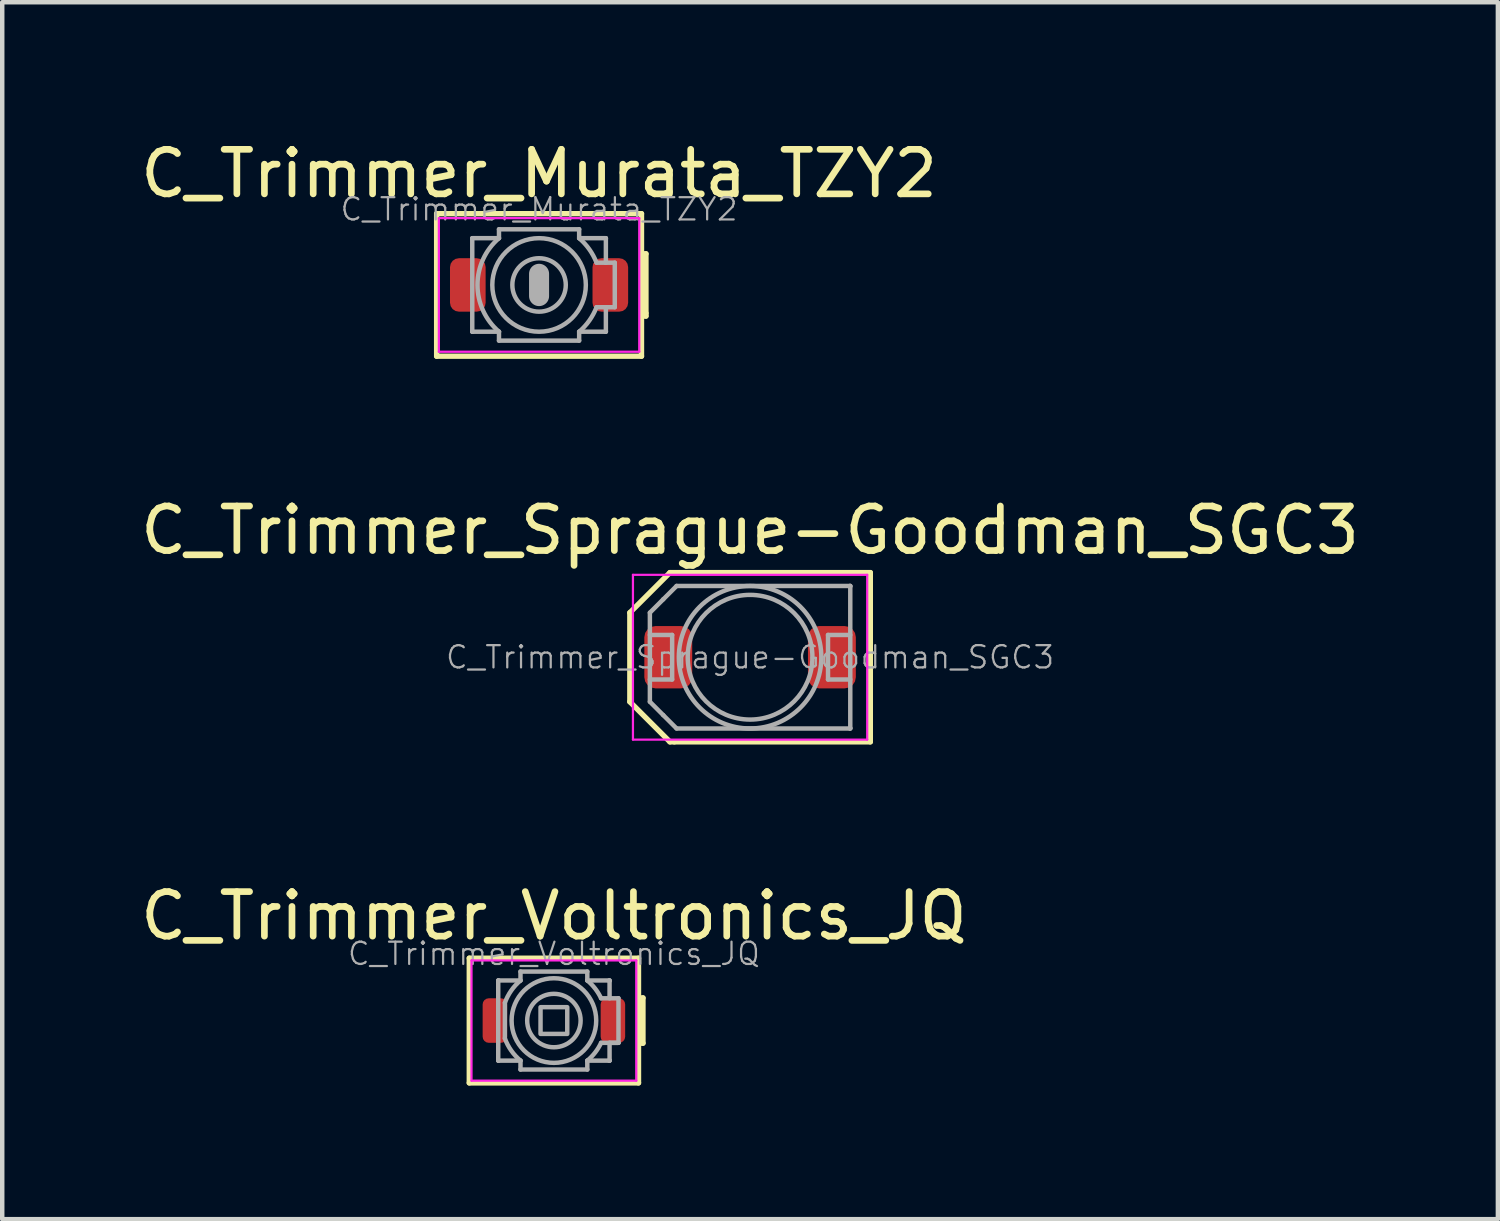
<source format=kicad_pcb>
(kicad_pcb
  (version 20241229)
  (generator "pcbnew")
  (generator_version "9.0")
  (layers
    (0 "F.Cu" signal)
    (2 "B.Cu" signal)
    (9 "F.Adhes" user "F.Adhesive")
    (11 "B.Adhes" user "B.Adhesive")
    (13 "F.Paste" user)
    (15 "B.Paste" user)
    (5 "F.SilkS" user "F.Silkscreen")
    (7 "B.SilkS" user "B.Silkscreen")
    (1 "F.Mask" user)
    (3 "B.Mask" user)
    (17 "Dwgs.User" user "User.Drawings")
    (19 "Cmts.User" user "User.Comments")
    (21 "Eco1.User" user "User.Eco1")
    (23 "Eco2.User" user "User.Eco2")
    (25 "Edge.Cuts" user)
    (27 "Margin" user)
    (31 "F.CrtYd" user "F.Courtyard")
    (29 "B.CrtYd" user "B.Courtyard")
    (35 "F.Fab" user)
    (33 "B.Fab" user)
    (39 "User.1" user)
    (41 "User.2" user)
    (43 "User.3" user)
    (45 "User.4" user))
  (footprint "C_Trimmer_Sprague-Goodman_SGC3"
    (layer "F.Cu")
    (at 13.792 11.707)
    (property "Reference" "C_Trimmer_Sprague-Goodman_SGC3" (at 0 -2.85 0) (layer "F.SilkS") (effects (font (size 1 1) (thickness 0.15))))
    (attr smd)
    (fp_line (start -2.7 -1) (end -1.8 -1.9) (stroke (width 0.12) (type solid)) (layer "F.SilkS"))
    (fp_line (start -2.7 1) (end -2.7 -1) (stroke (width 0.12) (type solid)) (layer "F.SilkS"))
    (fp_line (start -1.8 -1.9) (end 2.7 -1.9) (stroke (width 0.12) (type solid)) (layer "F.SilkS"))
    (fp_line (start -1.8 1.9) (end -2.7 1) (stroke (width 0.12) (type solid)) (layer "F.SilkS"))
    (fp_line (start -1.7 1.9) (end -1.8 1.9) (stroke (width 0.12) (type solid)) (layer "F.SilkS"))
    (fp_line (start 2.7 -1.9) (end 2.7 1.9) (stroke (width 0.12) (type solid)) (layer "F.SilkS"))
    (fp_line (start 2.7 1.9) (end -1.7 1.9) (stroke (width 0.12) (type solid)) (layer "F.SilkS"))
    (fp_line (start -2.63 -1.85) (end -2.63 1.85) (stroke (width 0.05) (type solid)) (layer "F.CrtYd"))
    (fp_line (start -2.63 1.85) (end 2.63 1.85) (stroke (width 0.05) (type solid)) (layer "F.CrtYd"))
    (fp_line (start 2.63 -1.85) (end -2.63 -1.85) (stroke (width 0.05) (type solid)) (layer "F.CrtYd"))
    (fp_line (start 2.63 1.85) (end 2.63 -1.85) (stroke (width 0.05) (type solid)) (layer "F.CrtYd"))
    (fp_line (start -2.25 -1) (end -1.95 -1.3) (stroke (width 0.1) (type solid)) (layer "F.Fab"))
    (fp_line (start -2.25 -0.5) (end -1.75 -0.5) (stroke (width 0.1) (type solid)) (layer "F.Fab"))
    (fp_line (start -2.25 1) (end -2.25 -1) (stroke (width 0.1) (type solid)) (layer "F.Fab"))
    (fp_line (start -1.95 -1.3) (end -1.65 -1.6) (stroke (width 0.1) (type solid)) (layer "F.Fab"))
    (fp_line (start -1.95 1.3) (end -2.25 1) (stroke (width 0.1) (type solid)) (layer "F.Fab"))
    (fp_line (start -1.75 -0.5) (end -1.75 0.5) (stroke (width 0.1) (type solid)) (layer "F.Fab"))
    (fp_line (start -1.75 0.5) (end -2.25 0.5) (stroke (width 0.1) (type solid)) (layer "F.Fab"))
    (fp_line (start -1.65 -1.6) (end 2.24 -1.6) (stroke (width 0.1) (type solid)) (layer "F.Fab"))
    (fp_line (start -1.65 1.6) (end -1.95 1.3) (stroke (width 0.1) (type solid)) (layer "F.Fab"))
    (fp_line (start 1.75 -0.5) (end 1.75 0.5) (stroke (width 0.1) (type solid)) (layer "F.Fab"))
    (fp_line (start 1.75 0.5) (end 2.25 0.5) (stroke (width 0.1) (type solid)) (layer "F.Fab"))
    (fp_line (start 2.24 -1.6) (end 2.25 -1.6) (stroke (width 0.1) (type solid)) (layer "F.Fab"))
    (fp_line (start 2.24 1.6) (end -1.65 1.6) (stroke (width 0.1) (type solid)) (layer "F.Fab"))
    (fp_line (start 2.25 -1.6) (end 2.25 -1.59) (stroke (width 0.1) (type solid)) (layer "F.Fab"))
    (fp_line (start 2.25 -1.59) (end 2.25 1.59) (stroke (width 0.1) (type solid)) (layer "F.Fab"))
    (fp_line (start 2.25 -0.5) (end 1.75 -0.5) (stroke (width 0.1) (type solid)) (layer "F.Fab"))
    (fp_line (start 2.25 1.59) (end 2.25 1.6) (stroke (width 0.1) (type solid)) (layer "F.Fab"))
    (fp_line (start 2.25 1.6) (end 2.24 1.6) (stroke (width 0.1) (type solid)) (layer "F.Fab"))
    (fp_circle (center 0 0) (end 1.4 0) (stroke (width 0.1) (type solid)) (fill no) (layer "F.Fab"))
    (fp_circle (center 0 0) (end 1.6 0) (stroke (width 0.1) (type solid)) (fill no) (layer "F.Fab"))
    (fp_text user "${REFERENCE}" (at 0 0 0) (layer "F.Fab") (effects (font (size 0.5 0.5) (thickness 0.05))))
    (pad "1" smd roundrect (at -1.837 0) (size 1.075 1.4) (layers "F.Cu" "F.Mask" "F.Paste") (roundrect_rratio 0.233))
    (pad "2" smd roundrect (at 1.837 0) (size 1.075 1.4) (layers "F.Cu" "F.Mask" "F.Paste") (roundrect_rratio 0.233)))
  (footprint "C_Trimmer_Murata_TZY2"
    (layer "F.Cu")
    (at 9.054 3.348)
    (property "Reference" "C_Trimmer_Murata_TZY2" (at 0 -2.5 0) (layer "F.SilkS") (effects (font (size 1 1) (thickness 0.15))))
    (attr smd)
    (fp_line (start -2.3 -1.6) (end -2.3 1.6) (stroke (width 0.12) (type solid)) (layer "F.SilkS"))
    (fp_line (start -2.3 1.6) (end 2.3 1.6) (stroke (width 0.12) (type solid)) (layer "F.SilkS"))
    (fp_line (start 2.3 -1.6) (end -2.3 -1.6) (stroke (width 0.12) (type solid)) (layer "F.SilkS"))
    (fp_line (start 2.3 1.6) (end 2.3 -1.6) (stroke (width 0.12) (type solid)) (layer "F.SilkS"))
    (fp_line (start 2.337 -0.699) (end 2.4 -0.699) (stroke (width 0.12) (type solid)) (layer "F.SilkS"))
    (fp_line (start 2.4 -0.699) (end 2.4 0.635) (stroke (width 0.12) (type solid)) (layer "F.SilkS"))
    (fp_line (start 2.4 0.635) (end 2.4 0.699) (stroke (width 0.12) (type solid)) (layer "F.SilkS"))
    (fp_line (start 2.4 0.699) (end 2.337 0.699) (stroke (width 0.12) (type solid)) (layer "F.SilkS"))
    (fp_line (start -2.25 -1.5) (end -2.25 1.5) (stroke (width 0.05) (type solid)) (layer "F.CrtYd"))
    (fp_line (start -2.25 1.5) (end 2.25 1.5) (stroke (width 0.05) (type solid)) (layer "F.CrtYd"))
    (fp_line (start 2.25 -1.5) (end -2.25 -1.5) (stroke (width 0.05) (type solid)) (layer "F.CrtYd"))
    (fp_line (start 2.25 1.5) (end 2.25 -1.5) (stroke (width 0.05) (type solid)) (layer "F.CrtYd"))
    (fp_line (start -1.5 -1.05) (end -1.49 -1.05) (stroke (width 0.1) (type solid)) (layer "F.Fab"))
    (fp_line (start -1.5 -1.04) (end -1.5 -1.05) (stroke (width 0.1) (type solid)) (layer "F.Fab"))
    (fp_line (start -1.5 1.04) (end -1.5 -1.04) (stroke (width 0.1) (type solid)) (layer "F.Fab"))
    (fp_line (start -1.5 1.05) (end -1.5 1.04) (stroke (width 0.1) (type solid)) (layer "F.Fab"))
    (fp_line (start -1.49 1.05) (end -1.5 1.05) (stroke (width 0.1) (type solid)) (layer "F.Fab"))
    (fp_line (start -1.49 1.05) (end -0.9 1.05) (stroke (width 0.1) (type solid)) (layer "F.Fab"))
    (fp_line (start -0.9 -1.25) (end 0.9 -1.25) (stroke (width 0.1) (type solid)) (layer "F.Fab"))
    (fp_line (start -0.9 -1.05) (end -1.49 -1.05) (stroke (width 0.1) (type solid)) (layer "F.Fab"))
    (fp_line (start -0.9 -1.05) (end -0.9 -1.25) (stroke (width 0.1) (type solid)) (layer "F.Fab"))
    (fp_line (start -0.9 1.05) (end -0.9 1.25) (stroke (width 0.1) (type solid)) (layer "F.Fab"))
    (fp_line (start -0.9 1.25) (end 0.9 1.25) (stroke (width 0.1) (type solid)) (layer "F.Fab"))
    (fp_line (start 0 -0.25) (end 0 0.25) (stroke (width 0.45) (type solid)) (layer "F.Fab"))
    (fp_line (start 0.9 -1.25) (end 0.9 -1.05) (stroke (width 0.1) (type solid)) (layer "F.Fab"))
    (fp_line (start 0.9 1.05) (end 1.49 1.05) (stroke (width 0.1) (type solid)) (layer "F.Fab"))
    (fp_line (start 0.9 1.25) (end 0.9 1.05) (stroke (width 0.1) (type solid)) (layer "F.Fab"))
    (fp_line (start 1.49 -1.05) (end 0.9 -1.05) (stroke (width 0.1) (type solid)) (layer "F.Fab"))
    (fp_line (start 1.49 -1.05) (end 1.5 -1.05) (stroke (width 0.1) (type solid)) (layer "F.Fab"))
    (fp_line (start 1.5 -1.05) (end 1.5 -1.04) (stroke (width 0.1) (type solid)) (layer "F.Fab"))
    (fp_line (start 1.5 -1.04) (end 1.5 -0.5) (stroke (width 0.1) (type solid)) (layer "F.Fab"))
    (fp_line (start 1.5 -0.5) (end 1.29 -0.5) (stroke (width 0.1) (type solid)) (layer "F.Fab"))
    (fp_line (start 1.5 -0.5) (end 1.7 -0.5) (stroke (width 0.1) (type solid)) (layer "F.Fab"))
    (fp_line (start 1.5 0.5) (end 1.29 0.5) (stroke (width 0.1) (type solid)) (layer "F.Fab"))
    (fp_line (start 1.5 0.5) (end 1.5 1.04) (stroke (width 0.1) (type solid)) (layer "F.Fab"))
    (fp_line (start 1.5 1.04) (end 1.5 1.05) (stroke (width 0.1) (type solid)) (layer "F.Fab"))
    (fp_line (start 1.5 1.05) (end 1.49 1.05) (stroke (width 0.1) (type solid)) (layer "F.Fab"))
    (fp_line (start 1.7 -0.5) (end 1.7 0.5) (stroke (width 0.1) (type solid)) (layer "F.Fab"))
    (fp_line (start 1.7 0.5) (end 1.5 0.5) (stroke (width 0.1) (type solid)) (layer "F.Fab"))
    (fp_arc (start -0.9 1.049999) (mid -1.382931 0) (end -0.9 -1.049999) (stroke (width 0.1) (type solid)) (layer "F.Fab"))
    (fp_arc (start 0.9 -1.049999) (mid 1.128908 -0.799044) (end 1.29 -0.5) (stroke (width 0.1) (type solid)) (layer "F.Fab"))
    (fp_arc (start 1.29 0.5) (mid 1.12924 0.799323) (end 0.900376 1.050439) (stroke (width 0.1) (type solid)) (layer "F.Fab"))
    (fp_circle (center 0 0) (end 0.6 0) (stroke (width 0.1) (type solid)) (fill no) (layer "F.Fab"))
    (fp_circle (center 0 0) (end 1.05 0) (stroke (width 0.1) (type solid)) (fill no) (layer "F.Fab"))
    (fp_text user "${REFERENCE}" (at 0 -1.7 0) (layer "F.Fab") (effects (font (size 0.5 0.5) (thickness 0.05))))
    (pad "1" smd roundrect (at -1.6 0) (size 0.8 1.2) (layers "F.Cu" "F.Mask" "F.Paste") (roundrect_rratio 0.25))
    (pad "2" smd roundrect (at 1.6 0) (size 0.8 1.2) (layers "F.Cu" "F.Mask" "F.Paste") (roundrect_rratio 0.25)))
  (footprint "C_Trimmer_Voltronics_JQ"
    (layer "F.Cu")
    (at 9.387 19.865)
    (property "Reference" "C_Trimmer_Voltronics_JQ" (at 0 -2.35 0) (layer "F.SilkS") (effects (font (size 1 1) (thickness 0.15))))
    (attr smd)
    (fp_line (start -1.9 -1.4) (end -1.9 1.4) (stroke (width 0.12) (type solid)) (layer "F.SilkS"))
    (fp_line (start -1.9 1.4) (end 1.9 1.4) (stroke (width 0.12) (type solid)) (layer "F.SilkS"))
    (fp_line (start 1.9 -1.4) (end -1.9 -1.4) (stroke (width 0.12) (type solid)) (layer "F.SilkS"))
    (fp_line (start 1.9 1.4) (end 1.9 -1.4) (stroke (width 0.12) (type solid)) (layer "F.SilkS"))
    (fp_line (start 1.937 -0.508) (end 2 -0.508) (stroke (width 0.12) (type solid)) (layer "F.SilkS"))
    (fp_line (start 2 -0.508) (end 2 0.508) (stroke (width 0.12) (type solid)) (layer "F.SilkS"))
    (fp_line (start 2 0.508) (end 1.937 0.508) (stroke (width 0.12) (type solid)) (layer "F.SilkS"))
    (fp_line (start -1.85 -1.35) (end -1.85 1.35) (stroke (width 0.05) (type solid)) (layer "F.CrtYd"))
    (fp_line (start -1.85 1.35) (end 1.85 1.35) (stroke (width 0.05) (type solid)) (layer "F.CrtYd"))
    (fp_line (start 1.85 -1.35) (end -1.85 -1.35) (stroke (width 0.05) (type solid)) (layer "F.CrtYd"))
    (fp_line (start 1.85 1.35) (end 1.85 -1.35) (stroke (width 0.05) (type solid)) (layer "F.CrtYd"))
    (fp_line (start -1.25 -0.9) (end -1.24 -0.9) (stroke (width 0.1) (type solid)) (layer "F.Fab"))
    (fp_line (start -1.25 -0.89) (end -1.25 -0.9) (stroke (width 0.1) (type solid)) (layer "F.Fab"))
    (fp_line (start -1.25 0.89) (end -1.25 -0.89) (stroke (width 0.1) (type solid)) (layer "F.Fab"))
    (fp_line (start -1.25 0.9) (end -1.25 0.89) (stroke (width 0.1) (type solid)) (layer "F.Fab"))
    (fp_line (start -1.24 -0.9) (end -0.75 -0.9) (stroke (width 0.1) (type solid)) (layer "F.Fab"))
    (fp_line (start -1.24 0.9) (end -1.25 0.9) (stroke (width 0.1) (type solid)) (layer "F.Fab"))
    (fp_line (start -1.24 0.9) (end -0.75 0.9) (stroke (width 0.1) (type solid)) (layer "F.Fab"))
    (fp_line (start -1.101 0.4) (end -1.1 -0.4) (stroke (width 0.1) (type solid)) (layer "F.Fab"))
    (fp_line (start -0.75 -1.1) (end 0.75 -1.1) (stroke (width 0.1) (type solid)) (layer "F.Fab"))
    (fp_line (start -0.75 -0.9) (end -0.75 -1.1) (stroke (width 0.1) (type solid)) (layer "F.Fab"))
    (fp_line (start -0.75 0.9) (end -0.75 1.1) (stroke (width 0.1) (type solid)) (layer "F.Fab"))
    (fp_line (start -0.75 1.1) (end 0.75 1.1) (stroke (width 0.1) (type solid)) (layer "F.Fab"))
    (fp_line (start 0.75 -1.1) (end 0.75 -0.9) (stroke (width 0.1) (type solid)) (layer "F.Fab"))
    (fp_line (start 0.75 0.9) (end 1.24 0.9) (stroke (width 0.1) (type solid)) (layer "F.Fab"))
    (fp_line (start 0.75 1.1) (end 0.75 0.9) (stroke (width 0.1) (type solid)) (layer "F.Fab"))
    (fp_line (start 1.06 -0.5) (end 1.45 -0.5) (stroke (width 0.1) (type solid)) (layer "F.Fab"))
    (fp_line (start 1.06 0.5) (end 1.45 0.5) (stroke (width 0.1) (type solid)) (layer "F.Fab"))
    (fp_line (start 1.24 -0.9) (end 0.75 -0.9) (stroke (width 0.1) (type solid)) (layer "F.Fab"))
    (fp_line (start 1.24 -0.9) (end 1.25 -0.9) (stroke (width 0.1) (type solid)) (layer "F.Fab"))
    (fp_line (start 1.25 -0.9) (end 1.25 -0.89) (stroke (width 0.1) (type solid)) (layer "F.Fab"))
    (fp_line (start 1.25 -0.89) (end 1.25 -0.5) (stroke (width 0.1) (type solid)) (layer "F.Fab"))
    (fp_line (start 1.25 0.89) (end 1.25 0.9) (stroke (width 0.1) (type solid)) (layer "F.Fab"))
    (fp_line (start 1.25 0.9) (end 1.24 0.9) (stroke (width 0.1) (type solid)) (layer "F.Fab"))
    (fp_line (start 1.25 0.9) (end 1.25 0.5) (stroke (width 0.1) (type solid)) (layer "F.Fab"))
    (fp_line (start 1.45 -0.5) (end 1.45 0.5) (stroke (width 0.1) (type solid)) (layer "F.Fab"))
    (fp_line (start 1.45 0.5) (end 1.25 0.5) (stroke (width 0.1) (type solid)) (layer "F.Fab"))
    (fp_rect (start -0.3 -0.3) (end 0.3 0.3) (stroke (width 0.1) (type solid)) (fill no) (layer "F.Fab"))
    (fp_arc (start -1.099999 -0.4) (mid -0.957932 -0.673053) (end -0.75 -0.9) (stroke (width 0.1) (type solid)) (layer "F.Fab"))
    (fp_arc (start -0.75 0.9) (mid -0.958625 0.673452) (end -1.101003 0.400365) (stroke (width 0.1) (type solid)) (layer "F.Fab"))
    (fp_arc (start 0.75 -0.9) (mid 0.92676 -0.716864) (end 1.06 -0.5) (stroke (width 0.1) (type solid)) (layer "F.Fab"))
    (fp_arc (start 1.059999 0.5) (mid 0.927021 0.717099) (end 0.7503 0.90036) (stroke (width 0.1) (type solid)) (layer "F.Fab"))
    (fp_circle (center 0 0) (end 0.6 0) (stroke (width 0.1) (type solid)) (fill no) (layer "F.Fab"))
    (fp_circle (center 0 0) (end 0.95 0) (stroke (width 0.1) (type solid)) (fill no) (layer "F.Fab"))
    (fp_text user "${REFERENCE}" (at 0 -1.5 0) (layer "F.Fab") (effects (font (size 0.5 0.5) (thickness 0.05))))
    (pad "1" smd roundrect (at -1.325 0) (size 0.55 1) (layers "F.Cu" "F.Mask" "F.Paste") (roundrect_rratio 0.25))
    (pad "2" smd roundrect (at 1.325 0) (size 0.55 1) (layers "F.Cu" "F.Mask" "F.Paste") (roundrect_rratio 0.25)))
  (gr_rect
    (start -3 -3)
    (end 30.583 24.325)
    (stroke (width 0.1) (type default))
    (fill no)
    (layer "Edge.Cuts")))
</source>
